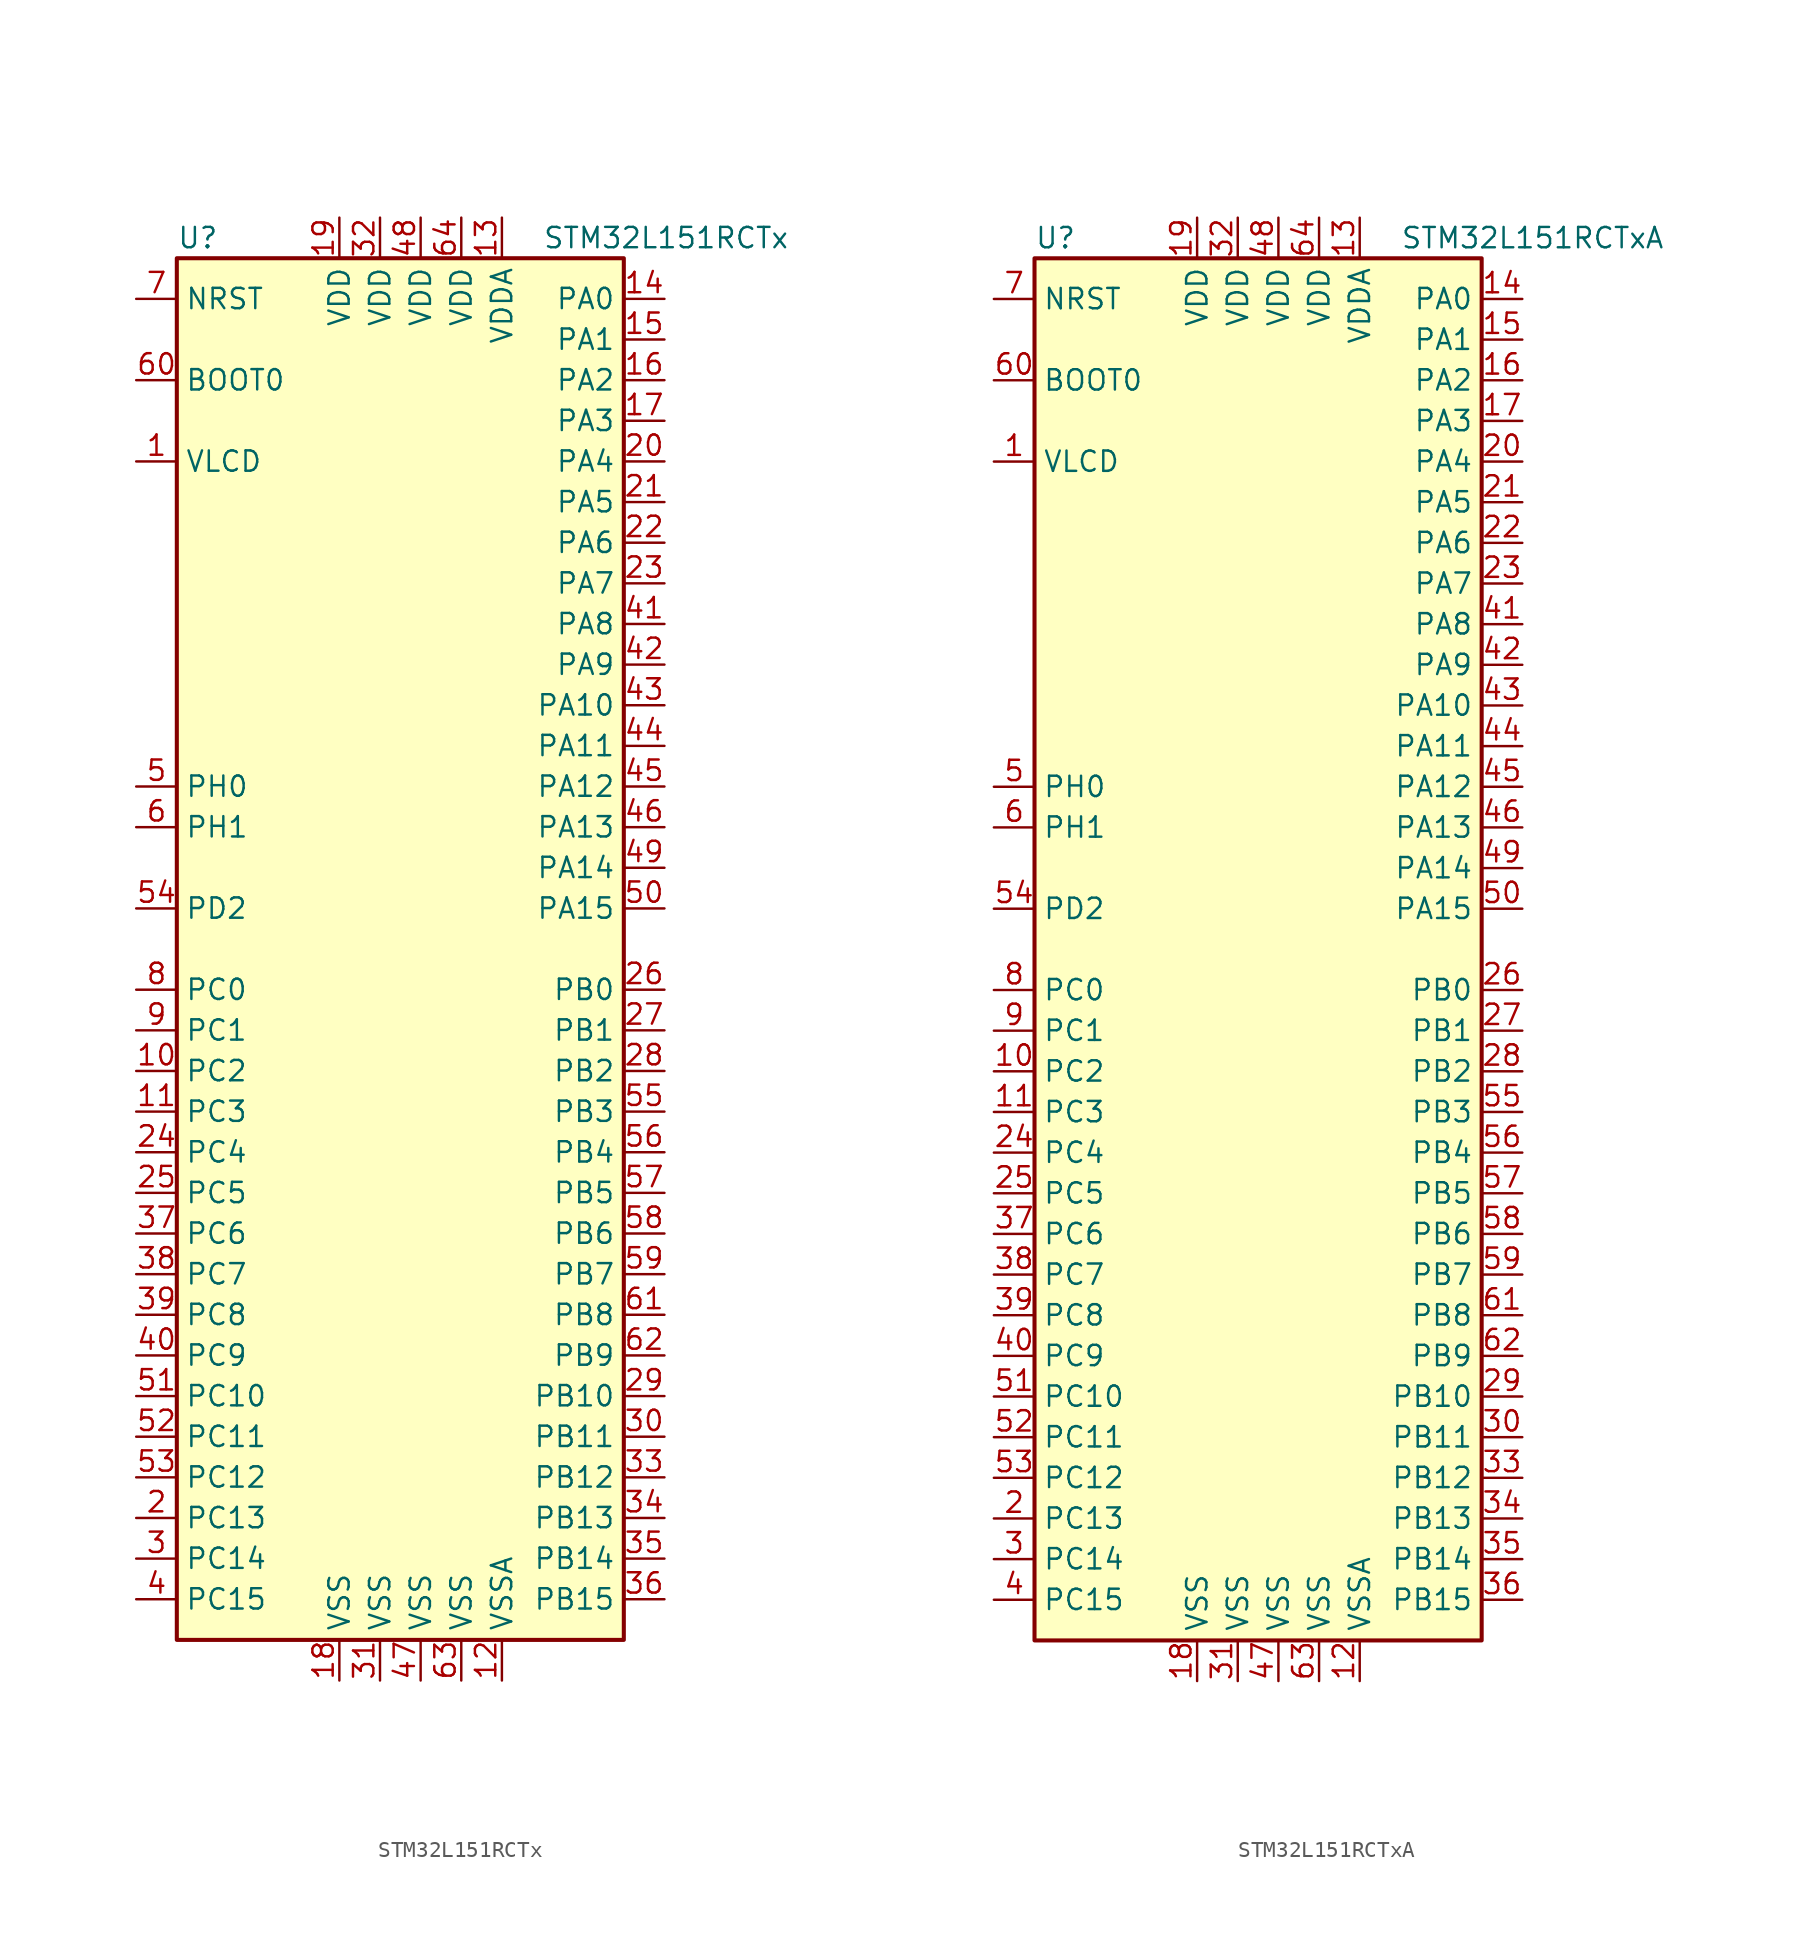
<source format=kicad_sym>
(kicad_symbol_lib
  (version 20201005)
  (generator kicad_symbol_editor)
  (symbol "STM32L151RCTx"
    (property "Reference" "U"
      (at -15.24 44.45 0)
      (effects (font (size 1.27 1.27)) (justify left)))
    (property "Value" "STM32L151RCTx"
      (at 7.62 44.45 0)
      (effects (font (size 1.27 1.27)) (justify left)))
    (symbol "STM32L151RCTx_0_1"
      (rectangle (start -15.24 -43.18) (end 12.7 43.18) (stroke (width 0.254)) (fill (type background))))
    (symbol "STM32L151RCTx_1_1"
      (pin power_in line (at -17.78 30.48 0) (length 2.54) (name "VLCD" (effects (font (size 1.27 1.27)))) (number "1" (effects (font (size 1.27 1.27)))))
      (pin bidirectional line (at -17.78 -7.62 0) (length 2.54) (name "PC2" (effects (font (size 1.27 1.27)))) (number "10" (effects (font (size 1.27 1.27)))))
      (pin bidirectional line (at -17.78 -10.16 0) (length 2.54) (name "PC3" (effects (font (size 1.27 1.27)))) (number "11" (effects (font (size 1.27 1.27)))))
      (pin power_in line (at 5.08 -45.72 90) (length 2.54) (name "VSSA" (effects (font (size 1.27 1.27)))) (number "12" (effects (font (size 1.27 1.27)))))
      (pin power_in line (at 5.08 45.72 270) (length 2.54) (name "VDDA" (effects (font (size 1.27 1.27)))) (number "13" (effects (font (size 1.27 1.27)))))
      (pin bidirectional line (at 15.24 40.64 180) (length 2.54) (name "PA0" (effects (font (size 1.27 1.27)))) (number "14" (effects (font (size 1.27 1.27)))))
      (pin bidirectional line (at 15.24 38.1 180) (length 2.54) (name "PA1" (effects (font (size 1.27 1.27)))) (number "15" (effects (font (size 1.27 1.27)))))
      (pin bidirectional line (at 15.24 35.56 180) (length 2.54) (name "PA2" (effects (font (size 1.27 1.27)))) (number "16" (effects (font (size 1.27 1.27)))))
      (pin bidirectional line (at 15.24 33.02 180) (length 2.54) (name "PA3" (effects (font (size 1.27 1.27)))) (number "17" (effects (font (size 1.27 1.27)))))
      (pin power_in line (at -5.08 -45.72 90) (length 2.54) (name "VSS" (effects (font (size 1.27 1.27)))) (number "18" (effects (font (size 1.27 1.27)))))
      (pin power_in line (at -5.08 45.72 270) (length 2.54) (name "VDD" (effects (font (size 1.27 1.27)))) (number "19" (effects (font (size 1.27 1.27)))))
      (pin bidirectional line (at -17.78 -35.56 0) (length 2.54) (name "PC13" (effects (font (size 1.27 1.27)))) (number "2" (effects (font (size 1.27 1.27)))))
      (pin bidirectional line (at 15.24 30.48 180) (length 2.54) (name "PA4" (effects (font (size 1.27 1.27)))) (number "20" (effects (font (size 1.27 1.27)))))
      (pin bidirectional line (at 15.24 27.94 180) (length 2.54) (name "PA5" (effects (font (size 1.27 1.27)))) (number "21" (effects (font (size 1.27 1.27)))))
      (pin bidirectional line (at 15.24 25.4 180) (length 2.54) (name "PA6" (effects (font (size 1.27 1.27)))) (number "22" (effects (font (size 1.27 1.27)))))
      (pin bidirectional line (at 15.24 22.86 180) (length 2.54) (name "PA7" (effects (font (size 1.27 1.27)))) (number "23" (effects (font (size 1.27 1.27)))))
      (pin bidirectional line (at -17.78 -12.7 0) (length 2.54) (name "PC4" (effects (font (size 1.27 1.27)))) (number "24" (effects (font (size 1.27 1.27)))))
      (pin bidirectional line (at -17.78 -15.24 0) (length 2.54) (name "PC5" (effects (font (size 1.27 1.27)))) (number "25" (effects (font (size 1.27 1.27)))))
      (pin bidirectional line (at 15.24 -2.54 180) (length 2.54) (name "PB0" (effects (font (size 1.27 1.27)))) (number "26" (effects (font (size 1.27 1.27)))))
      (pin bidirectional line (at 15.24 -5.08 180) (length 2.54) (name "PB1" (effects (font (size 1.27 1.27)))) (number "27" (effects (font (size 1.27 1.27)))))
      (pin bidirectional line (at 15.24 -7.62 180) (length 2.54) (name "PB2" (effects (font (size 1.27 1.27)))) (number "28" (effects (font (size 1.27 1.27)))))
      (pin bidirectional line (at 15.24 -27.94 180) (length 2.54) (name "PB10" (effects (font (size 1.27 1.27)))) (number "29" (effects (font (size 1.27 1.27)))))
      (pin bidirectional line (at -17.78 -38.1 0) (length 2.54) (name "PC14" (effects (font (size 1.27 1.27)))) (number "3" (effects (font (size 1.27 1.27)))))
      (pin bidirectional line (at 15.24 -30.48 180) (length 2.54) (name "PB11" (effects (font (size 1.27 1.27)))) (number "30" (effects (font (size 1.27 1.27)))))
      (pin power_in line (at -2.54 -45.72 90) (length 2.54) (name "VSS" (effects (font (size 1.27 1.27)))) (number "31" (effects (font (size 1.27 1.27)))))
      (pin power_in line (at -2.54 45.72 270) (length 2.54) (name "VDD" (effects (font (size 1.27 1.27)))) (number "32" (effects (font (size 1.27 1.27)))))
      (pin bidirectional line (at 15.24 -33.02 180) (length 2.54) (name "PB12" (effects (font (size 1.27 1.27)))) (number "33" (effects (font (size 1.27 1.27)))))
      (pin bidirectional line (at 15.24 -35.56 180) (length 2.54) (name "PB13" (effects (font (size 1.27 1.27)))) (number "34" (effects (font (size 1.27 1.27)))))
      (pin bidirectional line (at 15.24 -38.1 180) (length 2.54) (name "PB14" (effects (font (size 1.27 1.27)))) (number "35" (effects (font (size 1.27 1.27)))))
      (pin bidirectional line (at 15.24 -40.64 180) (length 2.54) (name "PB15" (effects (font (size 1.27 1.27)))) (number "36" (effects (font (size 1.27 1.27)))))
      (pin bidirectional line (at -17.78 -17.78 0) (length 2.54) (name "PC6" (effects (font (size 1.27 1.27)))) (number "37" (effects (font (size 1.27 1.27)))))
      (pin bidirectional line (at -17.78 -20.32 0) (length 2.54) (name "PC7" (effects (font (size 1.27 1.27)))) (number "38" (effects (font (size 1.27 1.27)))))
      (pin bidirectional line (at -17.78 -22.86 0) (length 2.54) (name "PC8" (effects (font (size 1.27 1.27)))) (number "39" (effects (font (size 1.27 1.27)))))
      (pin bidirectional line (at -17.78 -40.64 0) (length 2.54) (name "PC15" (effects (font (size 1.27 1.27)))) (number "4" (effects (font (size 1.27 1.27)))))
      (pin bidirectional line (at -17.78 -25.4 0) (length 2.54) (name "PC9" (effects (font (size 1.27 1.27)))) (number "40" (effects (font (size 1.27 1.27)))))
      (pin bidirectional line (at 15.24 20.32 180) (length 2.54) (name "PA8" (effects (font (size 1.27 1.27)))) (number "41" (effects (font (size 1.27 1.27)))))
      (pin bidirectional line (at 15.24 17.78 180) (length 2.54) (name "PA9" (effects (font (size 1.27 1.27)))) (number "42" (effects (font (size 1.27 1.27)))))
      (pin bidirectional line (at 15.24 15.24 180) (length 2.54) (name "PA10" (effects (font (size 1.27 1.27)))) (number "43" (effects (font (size 1.27 1.27)))))
      (pin bidirectional line (at 15.24 12.7 180) (length 2.54) (name "PA11" (effects (font (size 1.27 1.27)))) (number "44" (effects (font (size 1.27 1.27)))))
      (pin bidirectional line (at 15.24 10.16 180) (length 2.54) (name "PA12" (effects (font (size 1.27 1.27)))) (number "45" (effects (font (size 1.27 1.27)))))
      (pin bidirectional line (at 15.24 7.62 180) (length 2.54) (name "PA13" (effects (font (size 1.27 1.27)))) (number "46" (effects (font (size 1.27 1.27)))))
      (pin power_in line (at 0 -45.72 90) (length 2.54) (name "VSS" (effects (font (size 1.27 1.27)))) (number "47" (effects (font (size 1.27 1.27)))))
      (pin power_in line (at 0 45.72 270) (length 2.54) (name "VDD" (effects (font (size 1.27 1.27)))) (number "48" (effects (font (size 1.27 1.27)))))
      (pin bidirectional line (at 15.24 5.08 180) (length 2.54) (name "PA14" (effects (font (size 1.27 1.27)))) (number "49" (effects (font (size 1.27 1.27)))))
      (pin input line (at -17.78 10.16 0) (length 2.54) (name "PH0" (effects (font (size 1.27 1.27)))) (number "5" (effects (font (size 1.27 1.27)))))
      (pin bidirectional line (at 15.24 2.54 180) (length 2.54) (name "PA15" (effects (font (size 1.27 1.27)))) (number "50" (effects (font (size 1.27 1.27)))))
      (pin bidirectional line (at -17.78 -27.94 0) (length 2.54) (name "PC10" (effects (font (size 1.27 1.27)))) (number "51" (effects (font (size 1.27 1.27)))))
      (pin bidirectional line (at -17.78 -30.48 0) (length 2.54) (name "PC11" (effects (font (size 1.27 1.27)))) (number "52" (effects (font (size 1.27 1.27)))))
      (pin bidirectional line (at -17.78 -33.02 0) (length 2.54) (name "PC12" (effects (font (size 1.27 1.27)))) (number "53" (effects (font (size 1.27 1.27)))))
      (pin bidirectional line (at -17.78 2.54 0) (length 2.54) (name "PD2" (effects (font (size 1.27 1.27)))) (number "54" (effects (font (size 1.27 1.27)))))
      (pin bidirectional line (at 15.24 -10.16 180) (length 2.54) (name "PB3" (effects (font (size 1.27 1.27)))) (number "55" (effects (font (size 1.27 1.27)))))
      (pin bidirectional line (at 15.24 -12.7 180) (length 2.54) (name "PB4" (effects (font (size 1.27 1.27)))) (number "56" (effects (font (size 1.27 1.27)))))
      (pin bidirectional line (at 15.24 -15.24 180) (length 2.54) (name "PB5" (effects (font (size 1.27 1.27)))) (number "57" (effects (font (size 1.27 1.27)))))
      (pin bidirectional line (at 15.24 -17.78 180) (length 2.54) (name "PB6" (effects (font (size 1.27 1.27)))) (number "58" (effects (font (size 1.27 1.27)))))
      (pin bidirectional line (at 15.24 -20.32 180) (length 2.54) (name "PB7" (effects (font (size 1.27 1.27)))) (number "59" (effects (font (size 1.27 1.27)))))
      (pin input line (at -17.78 7.62 0) (length 2.54) (name "PH1" (effects (font (size 1.27 1.27)))) (number "6" (effects (font (size 1.27 1.27)))))
      (pin input line (at -17.78 35.56 0) (length 2.54) (name "BOOT0" (effects (font (size 1.27 1.27)))) (number "60" (effects (font (size 1.27 1.27)))))
      (pin bidirectional line (at 15.24 -22.86 180) (length 2.54) (name "PB8" (effects (font (size 1.27 1.27)))) (number "61" (effects (font (size 1.27 1.27)))))
      (pin bidirectional line (at 15.24 -25.4 180) (length 2.54) (name "PB9" (effects (font (size 1.27 1.27)))) (number "62" (effects (font (size 1.27 1.27)))))
      (pin power_in line (at 2.54 -45.72 90) (length 2.54) (name "VSS" (effects (font (size 1.27 1.27)))) (number "63" (effects (font (size 1.27 1.27)))))
      (pin power_in line (at 2.54 45.72 270) (length 2.54) (name "VDD" (effects (font (size 1.27 1.27)))) (number "64" (effects (font (size 1.27 1.27)))))
      (pin input line (at -17.78 40.64 0) (length 2.54) (name "NRST" (effects (font (size 1.27 1.27)))) (number "7" (effects (font (size 1.27 1.27)))))
      (pin bidirectional line (at -17.78 -2.54 0) (length 2.54) (name "PC0" (effects (font (size 1.27 1.27)))) (number "8" (effects (font (size 1.27 1.27)))))
      (pin bidirectional line (at -17.78 -5.08 0) (length 2.54) (name "PC1" (effects (font (size 1.27 1.27)))) (number "9" (effects (font (size 1.27 1.27)))))))
  (symbol "STM32L151RCTxA"
    (property "Reference" "U"
      (at -15.24 44.45 0)
      (effects (font (size 1.27 1.27)) (justify left)))
    (property "Value" "STM32L151RCTxA"
      (at 7.62 44.45 0)
      (effects (font (size 1.27 1.27)) (justify left)))
    (symbol "STM32L151RCTxA_0_1"
      (rectangle (start -15.24 -43.18) (end 12.7 43.18) (stroke (width 0.254)) (fill (type background))))
    (symbol "STM32L151RCTxA_1_1"
      (pin power_in line (at -17.78 30.48 0) (length 2.54) (name "VLCD" (effects (font (size 1.27 1.27)))) (number "1" (effects (font (size 1.27 1.27)))))
      (pin bidirectional line (at -17.78 -7.62 0) (length 2.54) (name "PC2" (effects (font (size 1.27 1.27)))) (number "10" (effects (font (size 1.27 1.27)))))
      (pin bidirectional line (at -17.78 -10.16 0) (length 2.54) (name "PC3" (effects (font (size 1.27 1.27)))) (number "11" (effects (font (size 1.27 1.27)))))
      (pin power_in line (at 5.08 -45.72 90) (length 2.54) (name "VSSA" (effects (font (size 1.27 1.27)))) (number "12" (effects (font (size 1.27 1.27)))))
      (pin power_in line (at 5.08 45.72 270) (length 2.54) (name "VDDA" (effects (font (size 1.27 1.27)))) (number "13" (effects (font (size 1.27 1.27)))))
      (pin bidirectional line (at 15.24 40.64 180) (length 2.54) (name "PA0" (effects (font (size 1.27 1.27)))) (number "14" (effects (font (size 1.27 1.27)))))
      (pin bidirectional line (at 15.24 38.1 180) (length 2.54) (name "PA1" (effects (font (size 1.27 1.27)))) (number "15" (effects (font (size 1.27 1.27)))))
      (pin bidirectional line (at 15.24 35.56 180) (length 2.54) (name "PA2" (effects (font (size 1.27 1.27)))) (number "16" (effects (font (size 1.27 1.27)))))
      (pin bidirectional line (at 15.24 33.02 180) (length 2.54) (name "PA3" (effects (font (size 1.27 1.27)))) (number "17" (effects (font (size 1.27 1.27)))))
      (pin power_in line (at -5.08 -45.72 90) (length 2.54) (name "VSS" (effects (font (size 1.27 1.27)))) (number "18" (effects (font (size 1.27 1.27)))))
      (pin power_in line (at -5.08 45.72 270) (length 2.54) (name "VDD" (effects (font (size 1.27 1.27)))) (number "19" (effects (font (size 1.27 1.27)))))
      (pin bidirectional line (at -17.78 -35.56 0) (length 2.54) (name "PC13" (effects (font (size 1.27 1.27)))) (number "2" (effects (font (size 1.27 1.27)))))
      (pin bidirectional line (at 15.24 30.48 180) (length 2.54) (name "PA4" (effects (font (size 1.27 1.27)))) (number "20" (effects (font (size 1.27 1.27)))))
      (pin bidirectional line (at 15.24 27.94 180) (length 2.54) (name "PA5" (effects (font (size 1.27 1.27)))) (number "21" (effects (font (size 1.27 1.27)))))
      (pin bidirectional line (at 15.24 25.4 180) (length 2.54) (name "PA6" (effects (font (size 1.27 1.27)))) (number "22" (effects (font (size 1.27 1.27)))))
      (pin bidirectional line (at 15.24 22.86 180) (length 2.54) (name "PA7" (effects (font (size 1.27 1.27)))) (number "23" (effects (font (size 1.27 1.27)))))
      (pin bidirectional line (at -17.78 -12.7 0) (length 2.54) (name "PC4" (effects (font (size 1.27 1.27)))) (number "24" (effects (font (size 1.27 1.27)))))
      (pin bidirectional line (at -17.78 -15.24 0) (length 2.54) (name "PC5" (effects (font (size 1.27 1.27)))) (number "25" (effects (font (size 1.27 1.27)))))
      (pin bidirectional line (at 15.24 -2.54 180) (length 2.54) (name "PB0" (effects (font (size 1.27 1.27)))) (number "26" (effects (font (size 1.27 1.27)))))
      (pin bidirectional line (at 15.24 -5.08 180) (length 2.54) (name "PB1" (effects (font (size 1.27 1.27)))) (number "27" (effects (font (size 1.27 1.27)))))
      (pin bidirectional line (at 15.24 -7.62 180) (length 2.54) (name "PB2" (effects (font (size 1.27 1.27)))) (number "28" (effects (font (size 1.27 1.27)))))
      (pin bidirectional line (at 15.24 -27.94 180) (length 2.54) (name "PB10" (effects (font (size 1.27 1.27)))) (number "29" (effects (font (size 1.27 1.27)))))
      (pin bidirectional line (at -17.78 -38.1 0) (length 2.54) (name "PC14" (effects (font (size 1.27 1.27)))) (number "3" (effects (font (size 1.27 1.27)))))
      (pin bidirectional line (at 15.24 -30.48 180) (length 2.54) (name "PB11" (effects (font (size 1.27 1.27)))) (number "30" (effects (font (size 1.27 1.27)))))
      (pin power_in line (at -2.54 -45.72 90) (length 2.54) (name "VSS" (effects (font (size 1.27 1.27)))) (number "31" (effects (font (size 1.27 1.27)))))
      (pin power_in line (at -2.54 45.72 270) (length 2.54) (name "VDD" (effects (font (size 1.27 1.27)))) (number "32" (effects (font (size 1.27 1.27)))))
      (pin bidirectional line (at 15.24 -33.02 180) (length 2.54) (name "PB12" (effects (font (size 1.27 1.27)))) (number "33" (effects (font (size 1.27 1.27)))))
      (pin bidirectional line (at 15.24 -35.56 180) (length 2.54) (name "PB13" (effects (font (size 1.27 1.27)))) (number "34" (effects (font (size 1.27 1.27)))))
      (pin bidirectional line (at 15.24 -38.1 180) (length 2.54) (name "PB14" (effects (font (size 1.27 1.27)))) (number "35" (effects (font (size 1.27 1.27)))))
      (pin bidirectional line (at 15.24 -40.64 180) (length 2.54) (name "PB15" (effects (font (size 1.27 1.27)))) (number "36" (effects (font (size 1.27 1.27)))))
      (pin bidirectional line (at -17.78 -17.78 0) (length 2.54) (name "PC6" (effects (font (size 1.27 1.27)))) (number "37" (effects (font (size 1.27 1.27)))))
      (pin bidirectional line (at -17.78 -20.32 0) (length 2.54) (name "PC7" (effects (font (size 1.27 1.27)))) (number "38" (effects (font (size 1.27 1.27)))))
      (pin bidirectional line (at -17.78 -22.86 0) (length 2.54) (name "PC8" (effects (font (size 1.27 1.27)))) (number "39" (effects (font (size 1.27 1.27)))))
      (pin bidirectional line (at -17.78 -40.64 0) (length 2.54) (name "PC15" (effects (font (size 1.27 1.27)))) (number "4" (effects (font (size 1.27 1.27)))))
      (pin bidirectional line (at -17.78 -25.4 0) (length 2.54) (name "PC9" (effects (font (size 1.27 1.27)))) (number "40" (effects (font (size 1.27 1.27)))))
      (pin bidirectional line (at 15.24 20.32 180) (length 2.54) (name "PA8" (effects (font (size 1.27 1.27)))) (number "41" (effects (font (size 1.27 1.27)))))
      (pin bidirectional line (at 15.24 17.78 180) (length 2.54) (name "PA9" (effects (font (size 1.27 1.27)))) (number "42" (effects (font (size 1.27 1.27)))))
      (pin bidirectional line (at 15.24 15.24 180) (length 2.54) (name "PA10" (effects (font (size 1.27 1.27)))) (number "43" (effects (font (size 1.27 1.27)))))
      (pin bidirectional line (at 15.24 12.7 180) (length 2.54) (name "PA11" (effects (font (size 1.27 1.27)))) (number "44" (effects (font (size 1.27 1.27)))))
      (pin bidirectional line (at 15.24 10.16 180) (length 2.54) (name "PA12" (effects (font (size 1.27 1.27)))) (number "45" (effects (font (size 1.27 1.27)))))
      (pin bidirectional line (at 15.24 7.62 180) (length 2.54) (name "PA13" (effects (font (size 1.27 1.27)))) (number "46" (effects (font (size 1.27 1.27)))))
      (pin power_in line (at 0 -45.72 90) (length 2.54) (name "VSS" (effects (font (size 1.27 1.27)))) (number "47" (effects (font (size 1.27 1.27)))))
      (pin power_in line (at 0 45.72 270) (length 2.54) (name "VDD" (effects (font (size 1.27 1.27)))) (number "48" (effects (font (size 1.27 1.27)))))
      (pin bidirectional line (at 15.24 5.08 180) (length 2.54) (name "PA14" (effects (font (size 1.27 1.27)))) (number "49" (effects (font (size 1.27 1.27)))))
      (pin input line (at -17.78 10.16 0) (length 2.54) (name "PH0" (effects (font (size 1.27 1.27)))) (number "5" (effects (font (size 1.27 1.27)))))
      (pin bidirectional line (at 15.24 2.54 180) (length 2.54) (name "PA15" (effects (font (size 1.27 1.27)))) (number "50" (effects (font (size 1.27 1.27)))))
      (pin bidirectional line (at -17.78 -27.94 0) (length 2.54) (name "PC10" (effects (font (size 1.27 1.27)))) (number "51" (effects (font (size 1.27 1.27)))))
      (pin bidirectional line (at -17.78 -30.48 0) (length 2.54) (name "PC11" (effects (font (size 1.27 1.27)))) (number "52" (effects (font (size 1.27 1.27)))))
      (pin bidirectional line (at -17.78 -33.02 0) (length 2.54) (name "PC12" (effects (font (size 1.27 1.27)))) (number "53" (effects (font (size 1.27 1.27)))))
      (pin bidirectional line (at -17.78 2.54 0) (length 2.54) (name "PD2" (effects (font (size 1.27 1.27)))) (number "54" (effects (font (size 1.27 1.27)))))
      (pin bidirectional line (at 15.24 -10.16 180) (length 2.54) (name "PB3" (effects (font (size 1.27 1.27)))) (number "55" (effects (font (size 1.27 1.27)))))
      (pin bidirectional line (at 15.24 -12.7 180) (length 2.54) (name "PB4" (effects (font (size 1.27 1.27)))) (number "56" (effects (font (size 1.27 1.27)))))
      (pin bidirectional line (at 15.24 -15.24 180) (length 2.54) (name "PB5" (effects (font (size 1.27 1.27)))) (number "57" (effects (font (size 1.27 1.27)))))
      (pin bidirectional line (at 15.24 -17.78 180) (length 2.54) (name "PB6" (effects (font (size 1.27 1.27)))) (number "58" (effects (font (size 1.27 1.27)))))
      (pin bidirectional line (at 15.24 -20.32 180) (length 2.54) (name "PB7" (effects (font (size 1.27 1.27)))) (number "59" (effects (font (size 1.27 1.27)))))
      (pin input line (at -17.78 7.62 0) (length 2.54) (name "PH1" (effects (font (size 1.27 1.27)))) (number "6" (effects (font (size 1.27 1.27)))))
      (pin input line (at -17.78 35.56 0) (length 2.54) (name "BOOT0" (effects (font (size 1.27 1.27)))) (number "60" (effects (font (size 1.27 1.27)))))
      (pin bidirectional line (at 15.24 -22.86 180) (length 2.54) (name "PB8" (effects (font (size 1.27 1.27)))) (number "61" (effects (font (size 1.27 1.27)))))
      (pin bidirectional line (at 15.24 -25.4 180) (length 2.54) (name "PB9" (effects (font (size 1.27 1.27)))) (number "62" (effects (font (size 1.27 1.27)))))
      (pin power_in line (at 2.54 -45.72 90) (length 2.54) (name "VSS" (effects (font (size 1.27 1.27)))) (number "63" (effects (font (size 1.27 1.27)))))
      (pin power_in line (at 2.54 45.72 270) (length 2.54) (name "VDD" (effects (font (size 1.27 1.27)))) (number "64" (effects (font (size 1.27 1.27)))))
      (pin input line (at -17.78 40.64 0) (length 2.54) (name "NRST" (effects (font (size 1.27 1.27)))) (number "7" (effects (font (size 1.27 1.27)))))
      (pin bidirectional line (at -17.78 -2.54 0) (length 2.54) (name "PC0" (effects (font (size 1.27 1.27)))) (number "8" (effects (font (size 1.27 1.27)))))
      (pin bidirectional line (at -17.78 -5.08 0) (length 2.54) (name "PC1" (effects (font (size 1.27 1.27)))) (number "9" (effects (font (size 1.27 1.27))))))))
</source>
